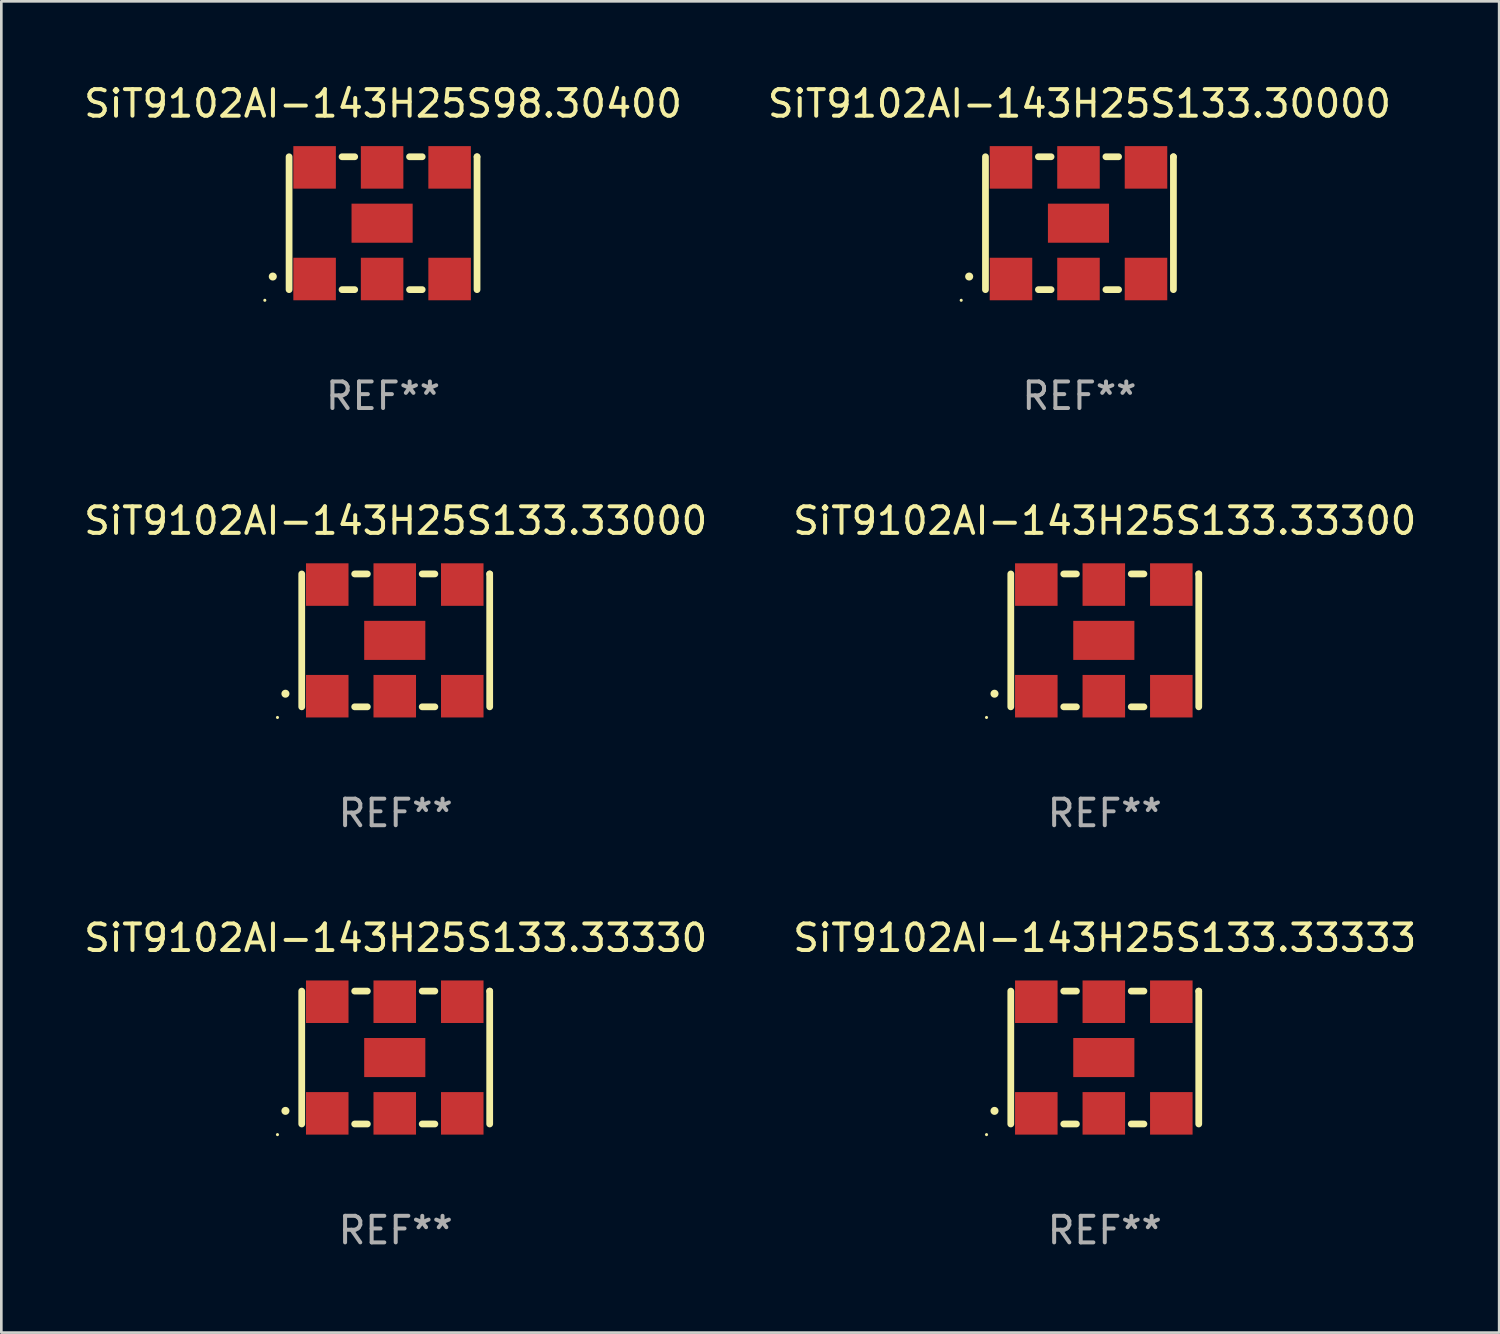
<source format=kicad_pcb>
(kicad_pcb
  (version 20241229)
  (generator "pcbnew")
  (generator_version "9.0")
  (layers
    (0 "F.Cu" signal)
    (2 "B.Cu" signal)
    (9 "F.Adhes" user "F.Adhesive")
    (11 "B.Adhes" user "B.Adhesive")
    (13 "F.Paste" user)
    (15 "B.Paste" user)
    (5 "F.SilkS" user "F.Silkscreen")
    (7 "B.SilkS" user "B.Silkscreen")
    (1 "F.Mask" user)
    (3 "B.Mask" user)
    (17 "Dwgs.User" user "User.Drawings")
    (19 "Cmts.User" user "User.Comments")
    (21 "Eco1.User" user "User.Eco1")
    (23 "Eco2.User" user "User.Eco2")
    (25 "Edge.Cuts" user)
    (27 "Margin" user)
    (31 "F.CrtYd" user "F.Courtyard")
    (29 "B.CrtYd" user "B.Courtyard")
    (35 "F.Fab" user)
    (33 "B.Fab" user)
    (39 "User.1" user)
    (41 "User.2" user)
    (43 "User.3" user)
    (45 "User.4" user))
  (footprint "SiT9102AI-143H25S133.33333"
    (layer "F.Cu")
    (at 38.518 36.741)
    (property "Reference" "SiT9102AI-143H25S133.33333" (at 0 -4.5 0) (layer "F.SilkS") (effects (font (size 1 1) (thickness 0.15))))
    (attr through_hole)
    (fp_line (start -3.536 -2.5) (end -3.536 2.5) (stroke (width 0.254) (type solid)) (layer "F.SilkS"))
    (fp_line (start -1.544 2.5) (end -1.067 2.5) (stroke (width 0.254) (type solid)) (layer "F.SilkS"))
    (fp_line (start -1.067 -2.5) (end -1.544 -2.5) (stroke (width 0.254) (type solid)) (layer "F.SilkS"))
    (fp_line (start 0.996 2.5) (end 1.473 2.5) (stroke (width 0.254) (type solid)) (layer "F.SilkS"))
    (fp_line (start 1.473 -2.5) (end 0.996 -2.5) (stroke (width 0.254) (type solid)) (layer "F.SilkS"))
    (fp_line (start 3.536 -2.5) (end 3.536 -2.5) (stroke (width 0.254) (type solid)) (layer "F.SilkS"))
    (fp_line (start 3.536 2.5) (end 3.536 -2.5) (stroke (width 0.254) (type solid)) (layer "F.SilkS"))
    (fp_arc (start -4.150432 2.006604) (mid -4.149162 2.006599) (end -4.147892 2.006604) (stroke (width 0.3) (type solid)) (layer "F.SilkS"))
    (fp_circle (center -4.449 2.9) (end -4.419 2.9) (stroke (width 0.06) (type solid)) (fill no) (layer "F.SilkS"))
    (fp_text user "REF**" (at 0 6.5 0) (layer "F.Fab") (effects (font (size 1 1) (thickness 0.15))))
    (pad "1" smd rect (at -2.576 2.1) (size 1.6 1.6) (layers "F.Cu" "F.Mask" "F.Paste"))
    (pad "2" smd rect (at -0.036 2.1) (size 1.6 1.6) (layers "F.Cu" "F.Mask" "F.Paste"))
    (pad "3" smd rect (at 2.504 2.1) (size 1.6 1.6) (layers "F.Cu" "F.Mask" "F.Paste"))
    (pad "4" smd rect (at 2.504 -2.1) (size 1.6 1.6) (layers "F.Cu" "F.Mask" "F.Paste"))
    (pad "5" smd rect (at -0.036 -2.1) (size 1.6 1.6) (layers "F.Cu" "F.Mask" "F.Paste"))
    (pad "6" smd rect (at -2.576 -2.1) (size 1.6 1.6) (layers "F.Cu" "F.Mask" "F.Paste"))
    (pad "7" smd rect (at -0.036 0) (size 2.3 1.47) (layers "F.Cu" "F.Mask" "F.Paste")))
  (footprint "SiT9102AI-143H25S133.33300"
    (layer "F.Cu")
    (at 38.518 21.045)
    (property "Reference" "SiT9102AI-143H25S133.33300" (at 0 -4.5 0) (layer "F.SilkS") (effects (font (size 1 1) (thickness 0.15))))
    (attr through_hole)
    (fp_line (start -3.536 -2.5) (end -3.536 2.5) (stroke (width 0.254) (type solid)) (layer "F.SilkS"))
    (fp_line (start -1.544 2.5) (end -1.067 2.5) (stroke (width 0.254) (type solid)) (layer "F.SilkS"))
    (fp_line (start -1.067 -2.5) (end -1.544 -2.5) (stroke (width 0.254) (type solid)) (layer "F.SilkS"))
    (fp_line (start 0.996 2.5) (end 1.473 2.5) (stroke (width 0.254) (type solid)) (layer "F.SilkS"))
    (fp_line (start 1.473 -2.5) (end 0.996 -2.5) (stroke (width 0.254) (type solid)) (layer "F.SilkS"))
    (fp_line (start 3.536 -2.5) (end 3.536 -2.5) (stroke (width 0.254) (type solid)) (layer "F.SilkS"))
    (fp_line (start 3.536 2.5) (end 3.536 -2.5) (stroke (width 0.254) (type solid)) (layer "F.SilkS"))
    (fp_arc (start -4.150432 2.006604) (mid -4.149162 2.006599) (end -4.147892 2.006604) (stroke (width 0.3) (type solid)) (layer "F.SilkS"))
    (fp_circle (center -4.449 2.9) (end -4.419 2.9) (stroke (width 0.06) (type solid)) (fill no) (layer "F.SilkS"))
    (fp_text user "REF**" (at 0 6.5 0) (layer "F.Fab") (effects (font (size 1 1) (thickness 0.15))))
    (pad "1" smd rect (at -2.576 2.1) (size 1.6 1.6) (layers "F.Cu" "F.Mask" "F.Paste"))
    (pad "2" smd rect (at -0.036 2.1) (size 1.6 1.6) (layers "F.Cu" "F.Mask" "F.Paste"))
    (pad "3" smd rect (at 2.504 2.1) (size 1.6 1.6) (layers "F.Cu" "F.Mask" "F.Paste"))
    (pad "4" smd rect (at 2.504 -2.1) (size 1.6 1.6) (layers "F.Cu" "F.Mask" "F.Paste"))
    (pad "5" smd rect (at -0.036 -2.1) (size 1.6 1.6) (layers "F.Cu" "F.Mask" "F.Paste"))
    (pad "6" smd rect (at -2.576 -2.1) (size 1.6 1.6) (layers "F.Cu" "F.Mask" "F.Paste"))
    (pad "7" smd rect (at -0.036 0) (size 2.3 1.47) (layers "F.Cu" "F.Mask" "F.Paste")))
  (footprint "SiT9102AI-143H25S98.30400"
    (layer "F.Cu")
    (at 11.363 5.348)
    (property "Reference" "SiT9102AI-143H25S98.30400" (at 0 -4.5 0) (layer "F.SilkS") (effects (font (size 1 1) (thickness 0.15))))
    (attr through_hole)
    (fp_line (start -3.536 -2.5) (end -3.536 2.5) (stroke (width 0.254) (type solid)) (layer "F.SilkS"))
    (fp_line (start -1.544 2.5) (end -1.067 2.5) (stroke (width 0.254) (type solid)) (layer "F.SilkS"))
    (fp_line (start -1.067 -2.5) (end -1.544 -2.5) (stroke (width 0.254) (type solid)) (layer "F.SilkS"))
    (fp_line (start 0.996 2.5) (end 1.473 2.5) (stroke (width 0.254) (type solid)) (layer "F.SilkS"))
    (fp_line (start 1.473 -2.5) (end 0.996 -2.5) (stroke (width 0.254) (type solid)) (layer "F.SilkS"))
    (fp_line (start 3.536 -2.5) (end 3.536 -2.5) (stroke (width 0.254) (type solid)) (layer "F.SilkS"))
    (fp_line (start 3.536 2.5) (end 3.536 -2.5) (stroke (width 0.254) (type solid)) (layer "F.SilkS"))
    (fp_arc (start -4.150432 2.006604) (mid -4.149162 2.006599) (end -4.147892 2.006604) (stroke (width 0.3) (type solid)) (layer "F.SilkS"))
    (fp_circle (center -4.449 2.9) (end -4.419 2.9) (stroke (width 0.06) (type solid)) (fill no) (layer "F.SilkS"))
    (fp_text user "REF**" (at 0 6.5 0) (layer "F.Fab") (effects (font (size 1 1) (thickness 0.15))))
    (pad "1" smd rect (at -2.576 2.1) (size 1.6 1.6) (layers "F.Cu" "F.Mask" "F.Paste"))
    (pad "2" smd rect (at -0.036 2.1) (size 1.6 1.6) (layers "F.Cu" "F.Mask" "F.Paste"))
    (pad "3" smd rect (at 2.504 2.1) (size 1.6 1.6) (layers "F.Cu" "F.Mask" "F.Paste"))
    (pad "4" smd rect (at 2.504 -2.1) (size 1.6 1.6) (layers "F.Cu" "F.Mask" "F.Paste"))
    (pad "5" smd rect (at -0.036 -2.1) (size 1.6 1.6) (layers "F.Cu" "F.Mask" "F.Paste"))
    (pad "6" smd rect (at -2.576 -2.1) (size 1.6 1.6) (layers "F.Cu" "F.Mask" "F.Paste"))
    (pad "7" smd rect (at -0.036 0) (size 2.3 1.47) (layers "F.Cu" "F.Mask" "F.Paste")))
  (footprint "SiT9102AI-143H25S133.33330"
    (layer "F.Cu")
    (at 11.839 36.741)
    (property "Reference" "SiT9102AI-143H25S133.33330" (at 0 -4.5 0) (layer "F.SilkS") (effects (font (size 1 1) (thickness 0.15))))
    (attr through_hole)
    (fp_line (start -3.536 -2.5) (end -3.536 2.5) (stroke (width 0.254) (type solid)) (layer "F.SilkS"))
    (fp_line (start -1.544 2.5) (end -1.067 2.5) (stroke (width 0.254) (type solid)) (layer "F.SilkS"))
    (fp_line (start -1.067 -2.5) (end -1.544 -2.5) (stroke (width 0.254) (type solid)) (layer "F.SilkS"))
    (fp_line (start 0.996 2.5) (end 1.473 2.5) (stroke (width 0.254) (type solid)) (layer "F.SilkS"))
    (fp_line (start 1.473 -2.5) (end 0.996 -2.5) (stroke (width 0.254) (type solid)) (layer "F.SilkS"))
    (fp_line (start 3.536 -2.5) (end 3.536 -2.5) (stroke (width 0.254) (type solid)) (layer "F.SilkS"))
    (fp_line (start 3.536 2.5) (end 3.536 -2.5) (stroke (width 0.254) (type solid)) (layer "F.SilkS"))
    (fp_arc (start -4.150432 2.006604) (mid -4.149162 2.006599) (end -4.147892 2.006604) (stroke (width 0.3) (type solid)) (layer "F.SilkS"))
    (fp_circle (center -4.449 2.9) (end -4.419 2.9) (stroke (width 0.06) (type solid)) (fill no) (layer "F.SilkS"))
    (fp_text user "REF**" (at 0 6.5 0) (layer "F.Fab") (effects (font (size 1 1) (thickness 0.15))))
    (pad "1" smd rect (at -2.576 2.1) (size 1.6 1.6) (layers "F.Cu" "F.Mask" "F.Paste"))
    (pad "2" smd rect (at -0.036 2.1) (size 1.6 1.6) (layers "F.Cu" "F.Mask" "F.Paste"))
    (pad "3" smd rect (at 2.504 2.1) (size 1.6 1.6) (layers "F.Cu" "F.Mask" "F.Paste"))
    (pad "4" smd rect (at 2.504 -2.1) (size 1.6 1.6) (layers "F.Cu" "F.Mask" "F.Paste"))
    (pad "5" smd rect (at -0.036 -2.1) (size 1.6 1.6) (layers "F.Cu" "F.Mask" "F.Paste"))
    (pad "6" smd rect (at -2.576 -2.1) (size 1.6 1.6) (layers "F.Cu" "F.Mask" "F.Paste"))
    (pad "7" smd rect (at -0.036 0) (size 2.3 1.47) (layers "F.Cu" "F.Mask" "F.Paste")))
  (footprint "SiT9102AI-143H25S133.30000"
    (layer "F.Cu")
    (at 37.565 5.348)
    (property "Reference" "SiT9102AI-143H25S133.30000" (at 0 -4.5 0) (layer "F.SilkS") (effects (font (size 1 1) (thickness 0.15))))
    (attr through_hole)
    (fp_line (start -3.536 -2.5) (end -3.536 2.5) (stroke (width 0.254) (type solid)) (layer "F.SilkS"))
    (fp_line (start -1.544 2.5) (end -1.067 2.5) (stroke (width 0.254) (type solid)) (layer "F.SilkS"))
    (fp_line (start -1.067 -2.5) (end -1.544 -2.5) (stroke (width 0.254) (type solid)) (layer "F.SilkS"))
    (fp_line (start 0.996 2.5) (end 1.473 2.5) (stroke (width 0.254) (type solid)) (layer "F.SilkS"))
    (fp_line (start 1.473 -2.5) (end 0.996 -2.5) (stroke (width 0.254) (type solid)) (layer "F.SilkS"))
    (fp_line (start 3.536 -2.5) (end 3.536 -2.5) (stroke (width 0.254) (type solid)) (layer "F.SilkS"))
    (fp_line (start 3.536 2.5) (end 3.536 -2.5) (stroke (width 0.254) (type solid)) (layer "F.SilkS"))
    (fp_arc (start -4.150432 2.006604) (mid -4.149162 2.006599) (end -4.147892 2.006604) (stroke (width 0.3) (type solid)) (layer "F.SilkS"))
    (fp_circle (center -4.449 2.9) (end -4.419 2.9) (stroke (width 0.06) (type solid)) (fill no) (layer "F.SilkS"))
    (fp_text user "REF**" (at 0 6.5 0) (layer "F.Fab") (effects (font (size 1 1) (thickness 0.15))))
    (pad "1" smd rect (at -2.576 2.1) (size 1.6 1.6) (layers "F.Cu" "F.Mask" "F.Paste"))
    (pad "2" smd rect (at -0.036 2.1) (size 1.6 1.6) (layers "F.Cu" "F.Mask" "F.Paste"))
    (pad "3" smd rect (at 2.504 2.1) (size 1.6 1.6) (layers "F.Cu" "F.Mask" "F.Paste"))
    (pad "4" smd rect (at 2.504 -2.1) (size 1.6 1.6) (layers "F.Cu" "F.Mask" "F.Paste"))
    (pad "5" smd rect (at -0.036 -2.1) (size 1.6 1.6) (layers "F.Cu" "F.Mask" "F.Paste"))
    (pad "6" smd rect (at -2.576 -2.1) (size 1.6 1.6) (layers "F.Cu" "F.Mask" "F.Paste"))
    (pad "7" smd rect (at -0.036 0) (size 2.3 1.47) (layers "F.Cu" "F.Mask" "F.Paste")))
  (footprint "SiT9102AI-143H25S133.33000"
    (layer "F.Cu")
    (at 11.839 21.045)
    (property "Reference" "SiT9102AI-143H25S133.33000" (at 0 -4.5 0) (layer "F.SilkS") (effects (font (size 1 1) (thickness 0.15))))
    (attr through_hole)
    (fp_line (start -3.536 -2.5) (end -3.536 2.5) (stroke (width 0.254) (type solid)) (layer "F.SilkS"))
    (fp_line (start -1.544 2.5) (end -1.067 2.5) (stroke (width 0.254) (type solid)) (layer "F.SilkS"))
    (fp_line (start -1.067 -2.5) (end -1.544 -2.5) (stroke (width 0.254) (type solid)) (layer "F.SilkS"))
    (fp_line (start 0.996 2.5) (end 1.473 2.5) (stroke (width 0.254) (type solid)) (layer "F.SilkS"))
    (fp_line (start 1.473 -2.5) (end 0.996 -2.5) (stroke (width 0.254) (type solid)) (layer "F.SilkS"))
    (fp_line (start 3.536 -2.5) (end 3.536 -2.5) (stroke (width 0.254) (type solid)) (layer "F.SilkS"))
    (fp_line (start 3.536 2.5) (end 3.536 -2.5) (stroke (width 0.254) (type solid)) (layer "F.SilkS"))
    (fp_arc (start -4.150432 2.006604) (mid -4.149162 2.006599) (end -4.147892 2.006604) (stroke (width 0.3) (type solid)) (layer "F.SilkS"))
    (fp_circle (center -4.449 2.9) (end -4.419 2.9) (stroke (width 0.06) (type solid)) (fill no) (layer "F.SilkS"))
    (fp_text user "REF**" (at 0 6.5 0) (layer "F.Fab") (effects (font (size 1 1) (thickness 0.15))))
    (pad "1" smd rect (at -2.576 2.1) (size 1.6 1.6) (layers "F.Cu" "F.Mask" "F.Paste"))
    (pad "2" smd rect (at -0.036 2.1) (size 1.6 1.6) (layers "F.Cu" "F.Mask" "F.Paste"))
    (pad "3" smd rect (at 2.504 2.1) (size 1.6 1.6) (layers "F.Cu" "F.Mask" "F.Paste"))
    (pad "4" smd rect (at 2.504 -2.1) (size 1.6 1.6) (layers "F.Cu" "F.Mask" "F.Paste"))
    (pad "5" smd rect (at -0.036 -2.1) (size 1.6 1.6) (layers "F.Cu" "F.Mask" "F.Paste"))
    (pad "6" smd rect (at -2.576 -2.1) (size 1.6 1.6) (layers "F.Cu" "F.Mask" "F.Paste"))
    (pad "7" smd rect (at -0.036 0) (size 2.3 1.47) (layers "F.Cu" "F.Mask" "F.Paste")))
  (gr_rect
    (start -3 -3)
    (end 53.357 47.09)
    (stroke (width 0.1) (type default))
    (fill no)
    (layer "Edge.Cuts")))
</source>
